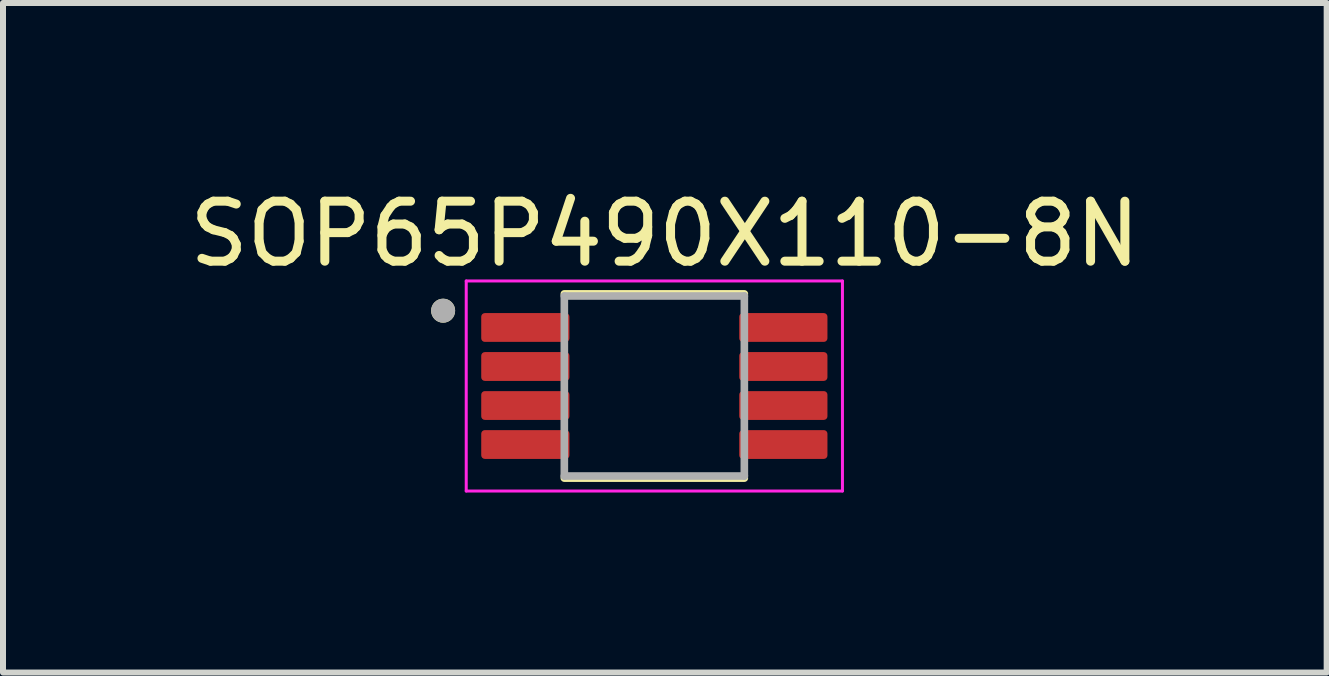
<source format=kicad_pcb>
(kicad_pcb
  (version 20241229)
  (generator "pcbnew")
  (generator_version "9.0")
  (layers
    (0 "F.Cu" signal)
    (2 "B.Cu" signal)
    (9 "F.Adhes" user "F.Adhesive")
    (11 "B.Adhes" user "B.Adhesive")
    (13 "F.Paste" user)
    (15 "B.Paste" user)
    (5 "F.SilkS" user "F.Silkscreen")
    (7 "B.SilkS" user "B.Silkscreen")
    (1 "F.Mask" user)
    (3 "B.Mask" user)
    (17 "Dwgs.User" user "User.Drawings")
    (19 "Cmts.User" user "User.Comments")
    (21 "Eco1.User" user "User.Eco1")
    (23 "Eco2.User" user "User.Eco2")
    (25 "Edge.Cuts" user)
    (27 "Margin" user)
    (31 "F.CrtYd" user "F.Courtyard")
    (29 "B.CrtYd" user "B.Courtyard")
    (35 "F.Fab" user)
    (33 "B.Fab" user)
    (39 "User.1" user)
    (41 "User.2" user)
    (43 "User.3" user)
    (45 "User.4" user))
  (footprint "SOP65P490X110-8N"
    (layer "F.Cu")
    (at 7.855 3.383)
    (property "Reference" "SOP65P490X110-8N" (at 0.175 -2.535 0) (layer "F.SilkS") (effects (font (size 1 1) (thickness 0.15))))
    (attr smd)
    (fp_line (start -1.5 -1.535) (end 1.5 -1.535) (stroke (width 0.127) (type solid)) (layer "F.SilkS"))
    (fp_line (start -1.5 1.535) (end 1.5 1.535) (stroke (width 0.127) (type solid)) (layer "F.SilkS"))
    (fp_circle (center -3.52 -1.255) (end -3.42 -1.255) (stroke (width 0.2) (type solid)) (fill no) (layer "F.SilkS"))
    (fp_line (start -3.135 -1.75) (end -3.135 1.75) (stroke (width 0.05) (type solid)) (layer "F.CrtYd"))
    (fp_line (start -3.135 -1.75) (end 3.135 -1.75) (stroke (width 0.05) (type solid)) (layer "F.CrtYd"))
    (fp_line (start -3.135 1.75) (end 3.135 1.75) (stroke (width 0.05) (type solid)) (layer "F.CrtYd"))
    (fp_line (start 3.135 -1.75) (end 3.135 1.75) (stroke (width 0.05) (type solid)) (layer "F.CrtYd"))
    (fp_line (start -1.5 -1.5) (end -1.5 1.5) (stroke (width 0.127) (type solid)) (layer "F.Fab"))
    (fp_line (start -1.5 -1.5) (end 1.5 -1.5) (stroke (width 0.127) (type solid)) (layer "F.Fab"))
    (fp_line (start -1.5 1.5) (end 1.5 1.5) (stroke (width 0.127) (type solid)) (layer "F.Fab"))
    (fp_line (start 1.5 -1.5) (end 1.5 1.5) (stroke (width 0.127) (type solid)) (layer "F.Fab"))
    (fp_circle (center -3.52 -1.255) (end -3.42 -1.255) (stroke (width 0.2) (type solid)) (fill no) (layer "F.Fab"))
    (pad "1" smd roundrect (at -2.15 -0.975) (size 1.47 0.48) (layers "F.Cu" "F.Mask" "F.Paste") (roundrect_rratio 0.125))
    (pad "2" smd roundrect (at -2.15 -0.325) (size 1.47 0.48) (layers "F.Cu" "F.Mask" "F.Paste") (roundrect_rratio 0.125))
    (pad "3" smd roundrect (at -2.15 0.325) (size 1.47 0.48) (layers "F.Cu" "F.Mask" "F.Paste") (roundrect_rratio 0.125))
    (pad "4" smd roundrect (at -2.15 0.975) (size 1.47 0.48) (layers "F.Cu" "F.Mask" "F.Paste") (roundrect_rratio 0.125))
    (pad "5" smd roundrect (at 2.15 0.975) (size 1.47 0.48) (layers "F.Cu" "F.Mask" "F.Paste") (roundrect_rratio 0.125))
    (pad "6" smd roundrect (at 2.15 0.325) (size 1.47 0.48) (layers "F.Cu" "F.Mask" "F.Paste") (roundrect_rratio 0.125))
    (pad "7" smd roundrect (at 2.15 -0.325) (size 1.47 0.48) (layers "F.Cu" "F.Mask" "F.Paste") (roundrect_rratio 0.125))
    (pad "8" smd roundrect (at 2.15 -0.975) (size 1.47 0.48) (layers "F.Cu" "F.Mask" "F.Paste") (roundrect_rratio 0.125)))
  (gr_rect
    (start -3 -3)
    (end 19.06 8.158)
    (stroke (width 0.1) (type default))
    (fill no)
    (layer "Edge.Cuts")))
</source>
